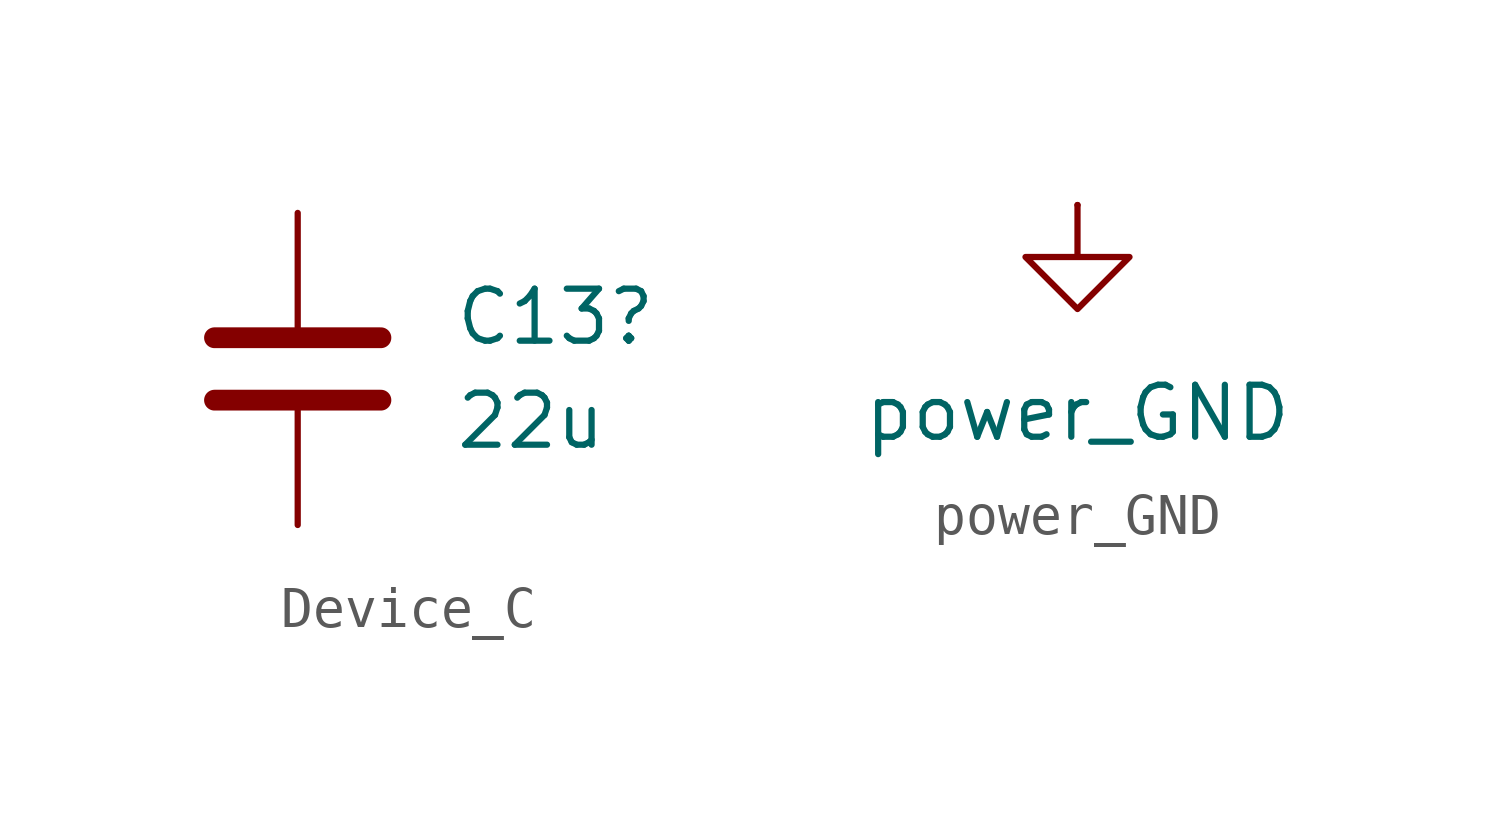
<source format=kicad_sym>
(kicad_symbol_lib
  (version 20241209)
  (generator "kicad_symbol_editor")
  (generator_version "9.0")
  (symbol "Device_C"
    (pin_numbers
      (hide yes))
    (pin_names
      (offset 0.254))
    (property "Reference" "C13"
      (at 3.81 1.27 0)
      (effects (font (size 1.27 1.27)) (justify left)))
    (property "Value" "22u"
      (at 3.81 -1.27 0)
      (effects (font (size 1.27 1.27)) (justify left)))
    (symbol "Device_C_0_1"
      (polyline (pts (xy -2.032 0.762) (xy 2.032 0.762)) (stroke (width 0.508) (type default)) (fill (type none)))
      (polyline (pts (xy -2.032 -0.762) (xy 2.032 -0.762)) (stroke (width 0.508) (type default)) (fill (type none))))
    (symbol "Device_C_1_1"
      (pin passive line (at 0 3.81 270) (length 2.794) (name "~" (effects (font (size 1.27 1.27)))) (number "1" (effects (font (size 1.27 1.27)))))
      (pin passive line (at 0 -3.81 90) (length 2.794) (name "~" (effects (font (size 1.27 1.27)))) (number "2" (effects (font (size 1.27 1.27)))))))
  (symbol "power_GND"
    (power)
    (pin_numbers
      (hide yes))
    (pin_names
      (offset 0)
      (hide yes))
    (property "Reference" "#PWR01"
      (at 0 -6.35 0)
      (effects (font (size 1.27 1.27)) (hide yes)))
    (property "Value" "power_GND"
      (at 0 -5.08 0)
      (effects (font (size 1.27 1.27))))
    (symbol "power_GND_0_1"
      (polyline (pts (xy 0 0) (xy 0 -1.27) (xy 1.27 -1.27) (xy 0 -2.54) (xy -1.27 -1.27) (xy 0 -1.27)) (stroke (width 0) (type default)) (fill (type none))))
    (symbol "power_GND_1_1"
      (pin power_in line (at 0 0 270) (length 0) (name "~" (effects (font (size 1.27 1.27)))) (number "1" (effects (font (size 1.27 1.27))))))))
</source>
